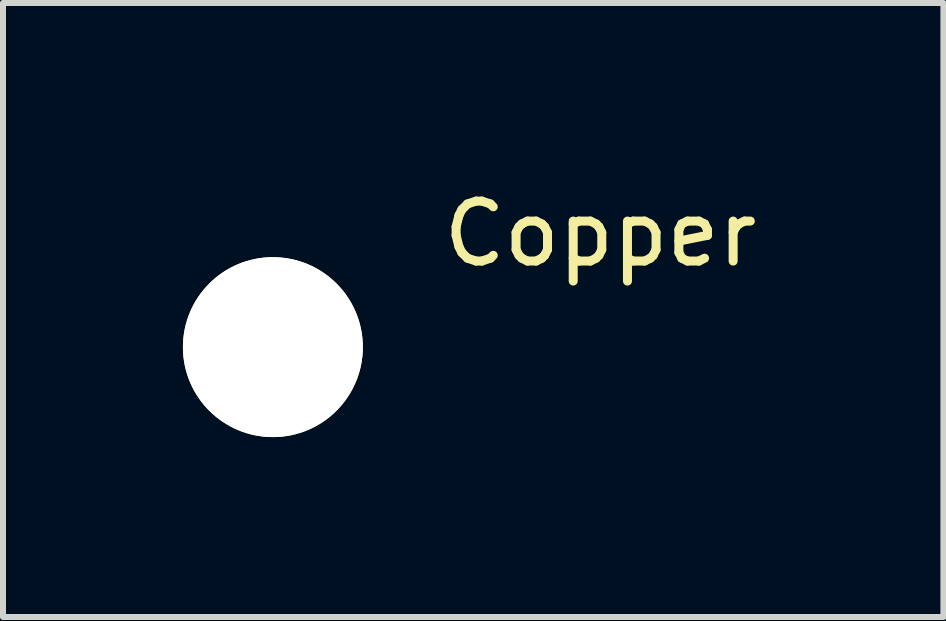
<source format=kicad_pcb>
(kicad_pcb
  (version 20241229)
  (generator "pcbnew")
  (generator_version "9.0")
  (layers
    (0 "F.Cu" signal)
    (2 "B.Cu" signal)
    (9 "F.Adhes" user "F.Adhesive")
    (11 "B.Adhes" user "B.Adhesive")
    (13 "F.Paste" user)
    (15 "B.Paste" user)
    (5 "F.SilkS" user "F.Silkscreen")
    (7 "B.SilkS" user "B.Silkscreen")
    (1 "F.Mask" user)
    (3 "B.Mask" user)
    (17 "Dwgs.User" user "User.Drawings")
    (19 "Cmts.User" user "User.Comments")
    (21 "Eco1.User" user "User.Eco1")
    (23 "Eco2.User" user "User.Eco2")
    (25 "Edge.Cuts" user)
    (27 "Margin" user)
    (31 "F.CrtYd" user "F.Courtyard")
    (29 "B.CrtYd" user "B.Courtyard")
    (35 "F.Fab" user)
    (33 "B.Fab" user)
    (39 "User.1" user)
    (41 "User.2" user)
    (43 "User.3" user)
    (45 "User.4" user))
  (footprint "Copper"
    (layer "F.Cu")
    (at 1.52 2.708)
    (property "Reference" "Copper" (at 5.44 -1.86 0) (layer "F.SilkS") (effects (font (size 1 1) (thickness 0.15))))
    (attr through_hole)
    (pad "" np_thru_hole circle (at -0.02 0.03) (size 3 3) (drill 3) (layers "*.Cu" "*.Mask" "F.SilkS")))
  (gr_rect
    (start -3 -3)
    (end 12.68 7.238)
    (stroke (width 0.1) (type default))
    (fill no)
    (layer "Edge.Cuts")))
</source>
